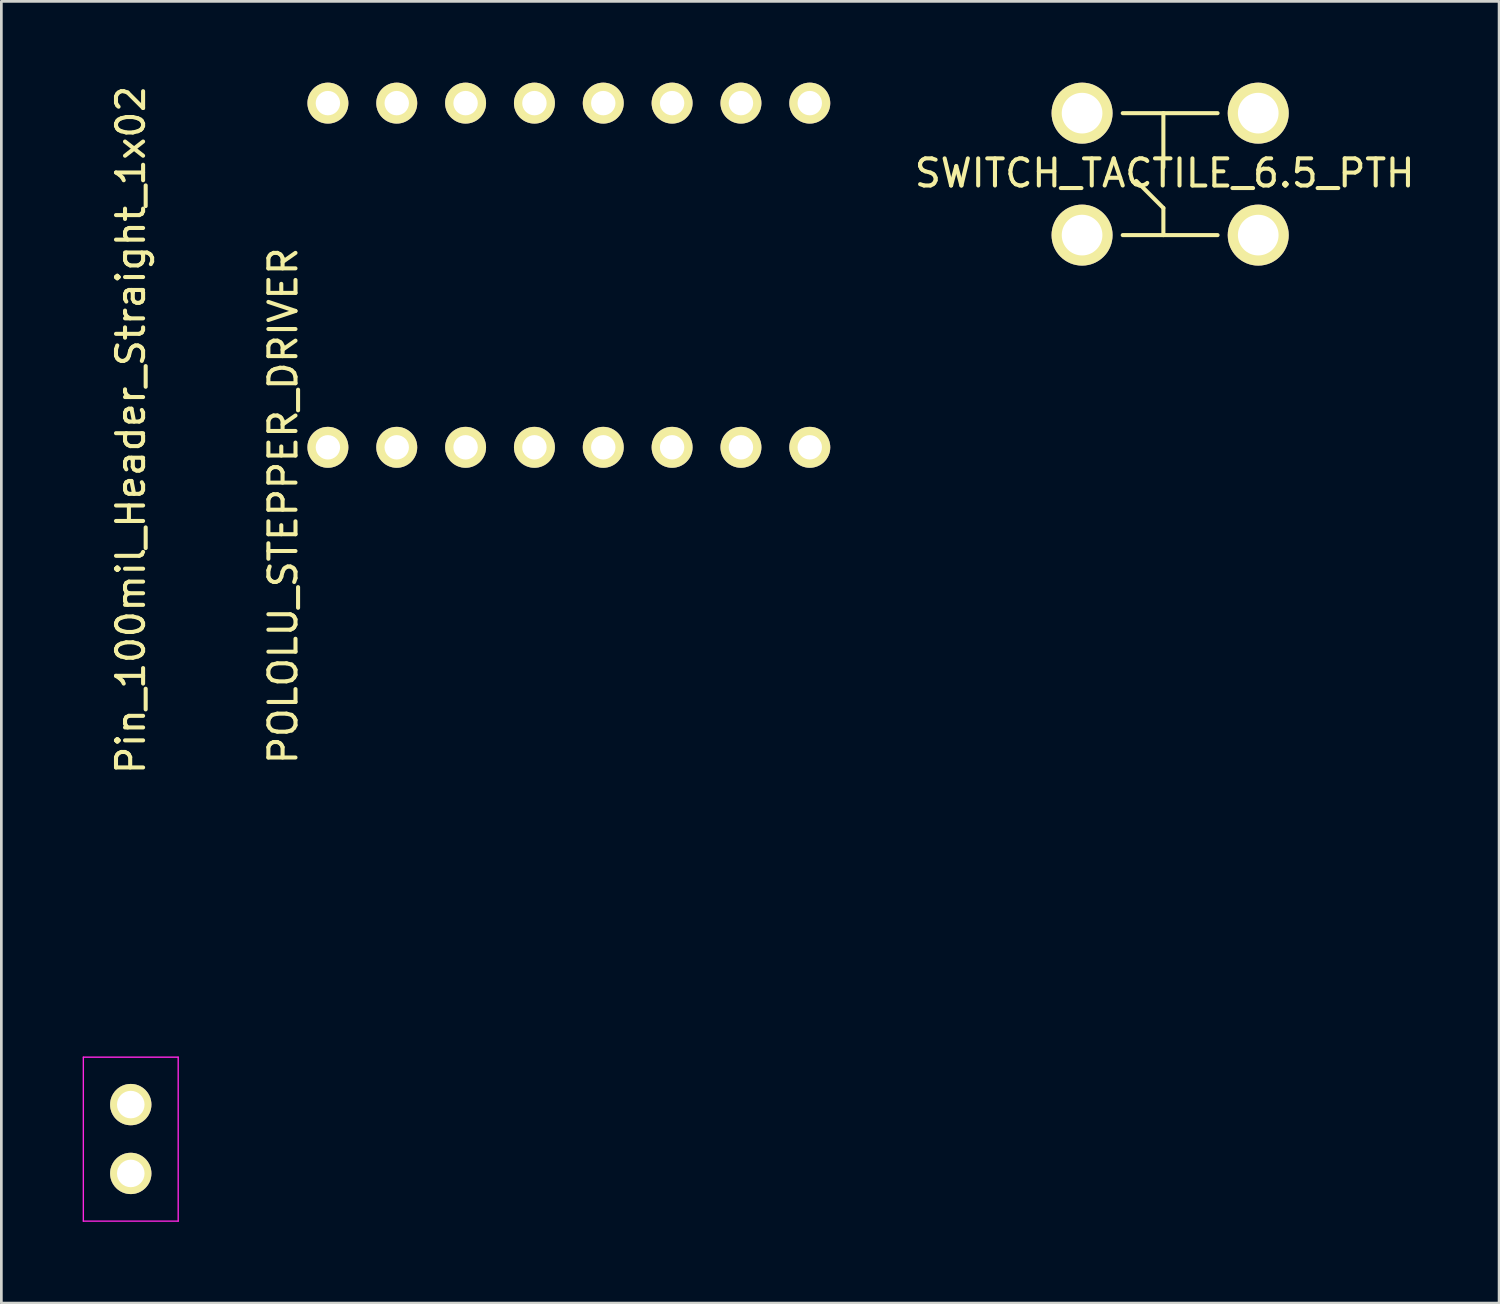
<source format=kicad_pcb>
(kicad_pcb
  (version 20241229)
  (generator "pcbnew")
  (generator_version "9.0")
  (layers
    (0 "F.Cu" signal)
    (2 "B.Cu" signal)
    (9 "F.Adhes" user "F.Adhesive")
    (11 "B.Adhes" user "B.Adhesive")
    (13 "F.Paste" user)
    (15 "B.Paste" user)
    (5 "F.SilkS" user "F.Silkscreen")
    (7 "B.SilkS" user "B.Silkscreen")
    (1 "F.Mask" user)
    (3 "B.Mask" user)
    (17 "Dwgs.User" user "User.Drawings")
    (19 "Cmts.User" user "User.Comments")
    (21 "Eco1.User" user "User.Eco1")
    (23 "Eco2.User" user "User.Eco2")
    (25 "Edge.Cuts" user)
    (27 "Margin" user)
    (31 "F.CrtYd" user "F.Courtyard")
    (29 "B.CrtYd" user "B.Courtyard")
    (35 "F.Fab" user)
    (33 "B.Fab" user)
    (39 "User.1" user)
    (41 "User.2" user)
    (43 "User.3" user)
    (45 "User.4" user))
  (footprint "POLOLU_STEPPER_DRIVER"
    (layer "F.Cu")
    (at 9.049 13.455)
    (property "Reference" "POLOLU_STEPPER_DRIVER" (at -1.651 2.159 90) (layer "F.SilkS") (effects (font (size 1 1) (thickness 0.15))))
    (attr through_hole)
    (pad "1" thru_hole circle (at 0 0) (size 1.51 1.51) (drill 0.9) (layers "*.Cu" "*.Mask" "F.SilkS"))
    (pad "2" thru_hole circle (at 2.54 0) (size 1.51 1.51) (drill 0.9) (layers "*.Cu" "*.Mask" "F.SilkS"))
    (pad "3" thru_hole circle (at 5.08 0) (size 1.51 1.51) (drill 0.9) (layers "*.Cu" "*.Mask" "F.SilkS"))
    (pad "4" thru_hole circle (at 7.62 0) (size 1.51 1.51) (drill 0.9) (layers "*.Cu" "*.Mask" "F.SilkS"))
    (pad "5" thru_hole circle (at 10.16 0) (size 1.51 1.51) (drill 0.9) (layers "*.Cu" "*.Mask" "F.SilkS"))
    (pad "6" thru_hole circle (at 12.7 0) (size 1.51 1.51) (drill 0.9) (layers "*.Cu" "*.Mask" "F.SilkS"))
    (pad "7" thru_hole circle (at 15.24 0) (size 1.51 1.51) (drill 0.9) (layers "*.Cu" "*.Mask" "F.SilkS"))
    (pad "8" thru_hole circle (at 17.78 0) (size 1.51 1.51) (drill 0.9) (layers "*.Cu" "*.Mask" "F.SilkS"))
    (pad "9" thru_hole circle (at 17.78 -12.7) (size 1.51 1.51) (drill 0.9) (layers "*.Cu" "*.Mask" "F.SilkS"))
    (pad "10" thru_hole circle (at 15.24 -12.7) (size 1.51 1.51) (drill 0.9) (layers "*.Cu" "*.Mask" "F.SilkS"))
    (pad "11" thru_hole circle (at 12.7 -12.7) (size 1.51 1.51) (drill 0.9) (layers "*.Cu" "*.Mask" "F.SilkS"))
    (pad "12" thru_hole circle (at 10.16 -12.7) (size 1.51 1.51) (drill 0.9) (layers "*.Cu" "*.Mask" "F.SilkS"))
    (pad "13" thru_hole circle (at 7.62 -12.7) (size 1.51 1.51) (drill 0.9) (layers "*.Cu" "*.Mask" "F.SilkS"))
    (pad "14" thru_hole circle (at 5.08 -12.7) (size 1.51 1.51) (drill 0.9) (layers "*.Cu" "*.Mask" "F.SilkS"))
    (pad "15" thru_hole circle (at 2.54 -12.7) (size 1.51 1.51) (drill 0.9) (layers "*.Cu" "*.Mask" "F.SilkS"))
    (pad "16" thru_hole circle (at 0 -12.7) (size 1.51 1.51) (drill 0.9) (layers "*.Cu" "*.Mask" "F.SilkS")))
  (footprint "Pin_100mil_Header_Straight_1x02"
    (layer "F.Cu")
    (at 1.775 37.707)
    (property "Reference" "Pin_100mil_Header_Straight_1x02" (at 0 -24.892 90) (layer "F.SilkS") (effects (font (size 1 1) (thickness 0.15))))
    (attr through_hole)
    (fp_line (start -1.75 -1.75) (end -1.75 4.3) (stroke (width 0.05) (type solid)) (layer "F.CrtYd"))
    (fp_line (start -1.75 -1.75) (end 1.75 -1.75) (stroke (width 0.05) (type solid)) (layer "F.CrtYd"))
    (fp_line (start -1.75 4.3) (end 1.75 4.3) (stroke (width 0.05) (type solid)) (layer "F.CrtYd"))
    (fp_line (start 1.75 -1.75) (end 1.75 4.3) (stroke (width 0.05) (type solid)) (layer "F.CrtYd"))
    (pad "1" thru_hole circle (at 0 0) (size 1.524 1.524) (drill 1.016) (layers "*.Cu" "*.Mask" "F.SilkS"))
    (pad "2" thru_hole circle (at 0 2.54) (size 1.524 1.524) (drill 1.016) (layers "*.Cu" "*.Mask" "F.SilkS")))
  (footprint "SWITCH_TACTILE_6.5_PTH"
    (layer "F.Cu")
    (at 36.876 5.625)
    (property "Reference" "SWITCH_TACTILE_6.5_PTH" (at 3.048 -2.286 0) (layer "F.SilkS") (effects (font (size 1 1) (thickness 0.15))))
    (attr through_hole)
    (fp_line (start 1.5 -4.5) (end 5 -4.5) (stroke (width 0.15) (type solid)) (layer "F.SilkS"))
    (fp_line (start 1.5 0) (end 5 0) (stroke (width 0.15) (type solid)) (layer "F.SilkS"))
    (fp_line (start 3 -2.5) (end 3 -4.5) (stroke (width 0.15) (type solid)) (layer "F.SilkS"))
    (fp_line (start 3 -1) (end 2 -2) (stroke (width 0.15) (type solid)) (layer "F.SilkS"))
    (fp_line (start 3 0) (end 3 -1) (stroke (width 0.15) (type solid)) (layer "F.SilkS"))
    (pad "1" thru_hole circle (at 0 -4.5) (size 2.25 2.25) (drill 1.5) (layers "*.Cu" "*.Mask" "F.SilkS"))
    (pad "2" thru_hole circle (at 6.5 -4.5) (size 2.25 2.25) (drill 1.5) (layers "*.Cu" "*.Mask" "F.SilkS"))
    (pad "3" thru_hole circle (at 0 0) (size 2.25 2.25) (drill 1.5) (layers "*.Cu" "*.Mask" "F.SilkS"))
    (pad "4" thru_hole circle (at 6.5 0) (size 2.25 2.25) (drill 1.5) (layers "*.Cu" "*.Mask" "F.SilkS")))
  (gr_rect
    (start -3 -3)
    (end 52.263 45.032)
    (stroke (width 0.1) (type default))
    (fill no)
    (layer "Edge.Cuts")))
</source>
